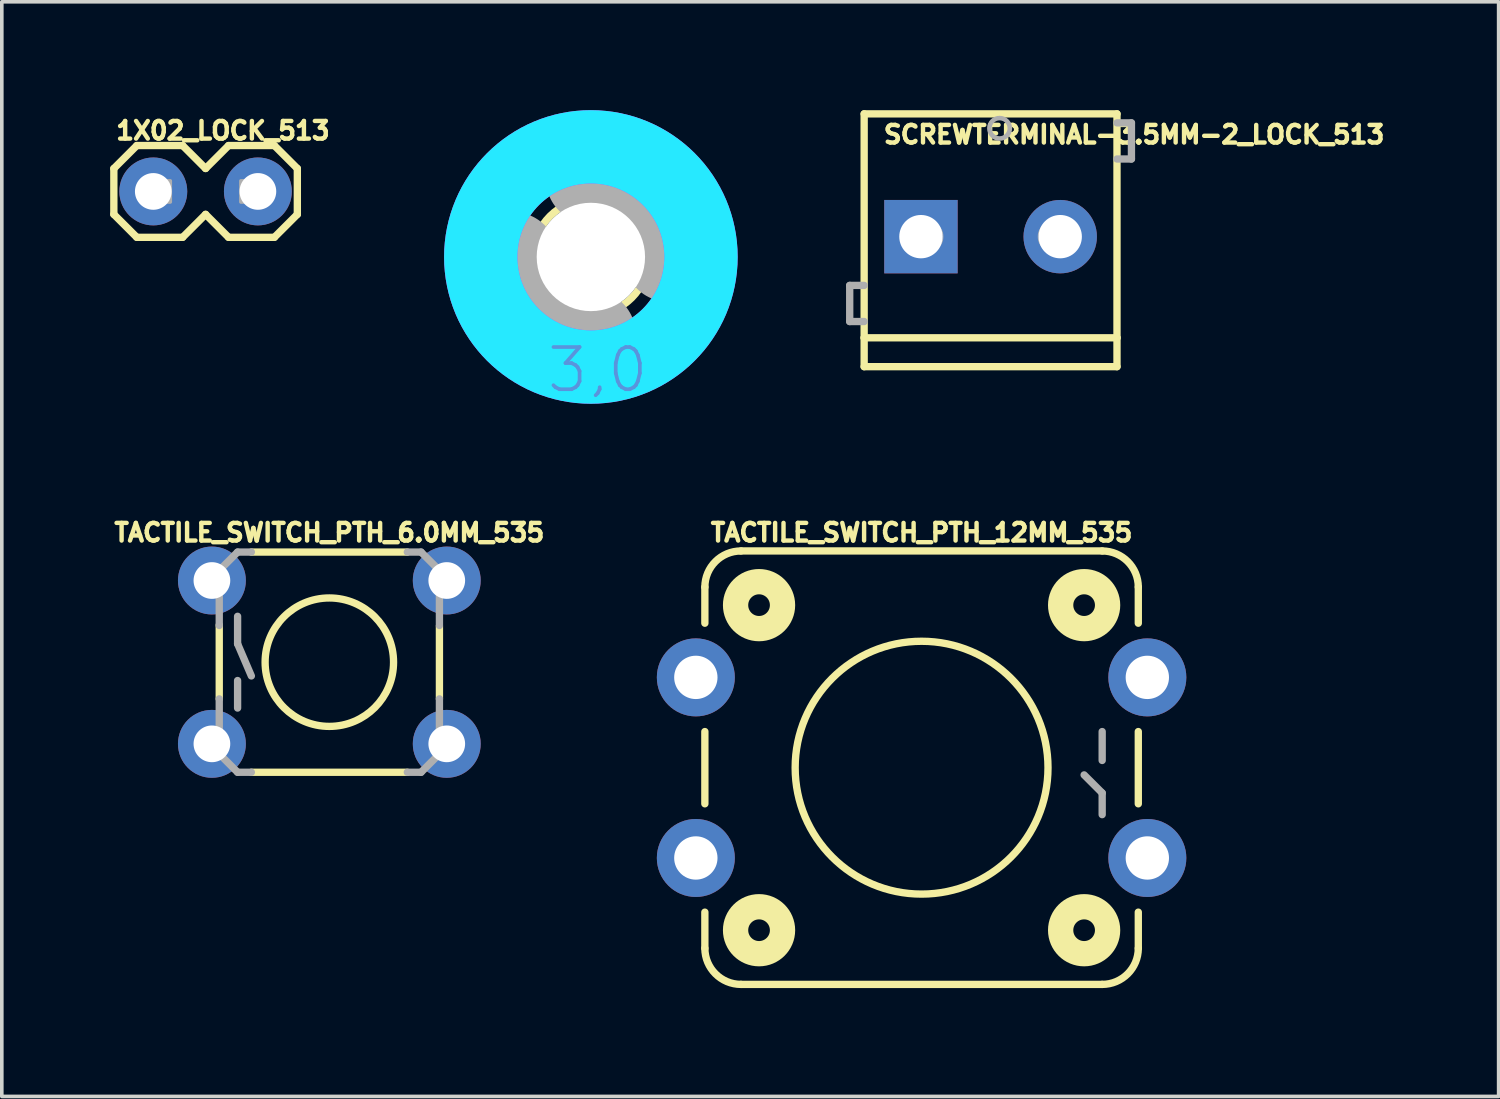
<source format=kicad_pcb>
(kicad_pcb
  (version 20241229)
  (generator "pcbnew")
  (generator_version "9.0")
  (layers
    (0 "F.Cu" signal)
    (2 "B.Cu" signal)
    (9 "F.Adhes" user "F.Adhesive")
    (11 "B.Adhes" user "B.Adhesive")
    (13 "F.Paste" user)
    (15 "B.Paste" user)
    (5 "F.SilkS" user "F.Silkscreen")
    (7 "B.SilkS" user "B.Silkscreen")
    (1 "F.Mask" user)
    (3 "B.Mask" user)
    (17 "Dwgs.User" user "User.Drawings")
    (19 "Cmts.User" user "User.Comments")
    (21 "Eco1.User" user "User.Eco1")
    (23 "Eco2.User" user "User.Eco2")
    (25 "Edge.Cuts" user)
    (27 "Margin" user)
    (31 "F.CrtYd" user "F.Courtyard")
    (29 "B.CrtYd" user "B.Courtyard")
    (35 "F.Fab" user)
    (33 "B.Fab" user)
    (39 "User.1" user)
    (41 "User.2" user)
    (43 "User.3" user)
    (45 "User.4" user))
  (footprint "TACTILE_SWITCH_PTH_12MM_535"
    (layer "F.Cu")
    (at 22.465 18.204)
    (property "Reference" "TACTILE_SWITCH_PTH_12MM_535" (at 0 -6.223 0) (unlocked yes) (layer "F.SilkS") (effects (font (size 0.488 0.488) (thickness 0.122)) (justify bottom)))
    (fp_line (start -6 -4) (end -6 -5) (stroke (width 0.203) (type solid)) (layer "F.SilkS"))
    (fp_line (start -6 1) (end -6 -1) (stroke (width 0.203) (type solid)) (layer "F.SilkS"))
    (fp_line (start -6 5) (end -6 4) (stroke (width 0.203) (type solid)) (layer "F.SilkS"))
    (fp_line (start -5 -6) (end 5 -6) (stroke (width 0.203) (type solid)) (layer "F.SilkS"))
    (fp_line (start 5 6) (end -5 6) (stroke (width 0.203) (type solid)) (layer "F.SilkS"))
    (fp_line (start 6 -5) (end 6 -4) (stroke (width 0.203) (type solid)) (layer "F.SilkS"))
    (fp_line (start 6 -1) (end 6 1) (stroke (width 0.203) (type solid)) (layer "F.SilkS"))
    (fp_line (start 6 4) (end 6 5) (stroke (width 0.203) (type solid)) (layer "F.SilkS"))
    (fp_arc (start -6 -5) (mid -5.707107 -5.707107) (end -5 -6) (stroke (width 0.2032) (type solid)) (layer "F.SilkS"))
    (fp_arc (start -5 6) (mid -5.707107 5.707107) (end -6 5) (stroke (width 0.2032) (type solid)) (layer "F.SilkS"))
    (fp_arc (start 5 -6) (mid 5.707107 -5.707107) (end 6 -5) (stroke (width 0.2032) (type solid)) (layer "F.SilkS"))
    (fp_arc (start 6 5) (mid 5.707107 5.707107) (end 5 6) (stroke (width 0.2032) (type solid)) (layer "F.SilkS"))
    (fp_circle (center -4.5 -4.5) (end -4.2 -4.5) (stroke (width 0.7) (type solid)) (fill no) (layer "F.SilkS"))
    (fp_circle (center -4.5 4.5) (end -4.2 4.5) (stroke (width 0.7) (type solid)) (fill no) (layer "F.SilkS"))
    (fp_circle (center 0 0) (end 3.5 0) (stroke (width 0.203) (type solid)) (fill no) (layer "F.SilkS"))
    (fp_circle (center 4.5 -4.5) (end 4.8 -4.5) (stroke (width 0.7) (type solid)) (fill no) (layer "F.SilkS"))
    (fp_circle (center 4.5 4.5) (end 4.8 4.5) (stroke (width 0.7) (type solid)) (fill no) (layer "F.SilkS"))
    (fp_line (start 5 -0.2) (end 5 -1) (stroke (width 0.203) (type solid)) (layer "F.Fab"))
    (fp_line (start 5 0.7) (end 4.5 0.2) (stroke (width 0.203) (type solid)) (layer "F.Fab"))
    (fp_line (start 5 1.3) (end 5 0.7) (stroke (width 0.203) (type solid)) (layer "F.Fab"))
    (pad "1" thru_hole circle (at 6.25 2.5) (size 2.159 2.159) (drill 1.2) (layers "*.Cu" "*.Mask"))
    (pad "2" thru_hole circle (at -6.25 2.5) (size 2.159 2.159) (drill 1.2) (layers "*.Cu" "*.Mask"))
    (pad "3" thru_hole circle (at 6.25 -2.5) (size 2.159 2.159) (drill 1.2) (layers "*.Cu" "*.Mask"))
    (pad "4" thru_hole circle (at -6.25 -2.5) (size 2.159 2.159) (drill 1.2) (layers "*.Cu" "*.Mask")))
  (footprint "3,0_237"
    (layer "F.Cu")
    (at 13.309 4.064)
    (property "Reference" "3,0_237" (at 0 0 0) (layer "F.SilkS") (effects (font (size 1.27 1.27) (thickness 0.15))))
    (fp_circle (center 0 0) (end 1.6 0) (stroke (width 0.203) (type solid)) (fill no) (layer "F.SilkS"))
    (fp_circle (center 0 0) (end 3.429 0) (stroke (width 0.152) (type solid)) (fill no) (layer "F.SilkS"))
    (fp_circle (center 0 0) (end 3.048 0) (stroke (width 2.032) (type solid)) (fill no) (layer "B.CrtYd"))
    (fp_circle (center 0 0) (end 3.048 0) (stroke (width 2.032) (type solid)) (fill no) (layer "F.CrtYd"))
    (fp_arc (start 0 -2.159) (mid 1.526644 -1.526644) (end 2.159 0) (stroke (width 2.4892) (type solid)) (layer "F.Fab"))
    (fp_arc (start 0 2.159) (mid -1.526644 1.526644) (end -2.159 0) (stroke (width 2.4892) (type solid)) (layer "F.Fab"))
    (fp_circle (center 0 0) (end 0.762 0) (stroke (width 0.457) (type solid)) (fill no) (layer "F.Fab"))
    (fp_text user "3,0" (at -1.27 3.81 0) (unlocked yes) (layer "Cmts.User") (effects (font (size 1.168 1.168) (thickness 0.102)) (justify left bottom)))
    (pad "" np_thru_hole circle (at 0 0) (size 3 3) (drill 3) (layers "*.Cu" "*.Mask"))
    (zone (net_name "") (layer "F.Cu") (hatch edge 0.5) (connect_pads) (min_thickness 0.25) (filled_areas_thickness no) (keepout (tracks not_allowed) (vias not_allowed) (pads not_allowed) (copperpour not_allowed) (footprints allowed)) (placement (enabled no)) (fill) (polygon (pts (xy 17.373 4.064) (xy 17.353 3.659) (xy 17.293 3.259) (xy 17.193 2.866) (xy 17.054 2.485) (xy 16.878 2.12) (xy 16.667 1.775) (xy 16.422 1.452) (xy 16.147 1.155) (xy 15.843 0.887) (xy 15.514 0.65) (xy 15.163 0.448) (xy 14.794 0.281) (xy 14.41 0.152) (xy 14.015 0.062) (xy 13.613 0.011) (xy 13.208 0.001) (xy 12.804 0.032) (xy 12.405 0.102) (xy 12.015 0.212) (xy 11.638 0.36) (xy 11.277 0.544) (xy 10.937 0.764) (xy 10.62 1.017) (xy 10.33 1.3) (xy 10.07 1.61) (xy 9.841 1.945) (xy 9.648 2.301) (xy 9.49 2.674) (xy 9.371 3.061) (xy 9.291 3.458) (xy 9.25 3.861) (xy 9.25 4.267) (xy 9.291 4.67) (xy 9.371 5.067) (xy 9.49 5.454) (xy 9.648 5.827) (xy 9.841 6.183) (xy 10.07 6.518) (xy 10.33 6.828) (xy 10.62 7.111) (xy 10.937 7.364) (xy 11.277 7.584) (xy 11.638 7.768) (xy 12.015 7.916) (xy 12.405 8.026) (xy 12.804 8.096) (xy 13.208 8.127) (xy 13.613 8.117) (xy 14.015 8.066) (xy 14.41 7.976) (xy 14.794 7.847) (xy 15.163 7.68) (xy 15.514 7.478) (xy 15.843 7.241) (xy 16.147 6.973) (xy 16.422 6.676) (xy 16.667 6.353) (xy 16.878 6.008) (xy 17.054 5.643) (xy 17.193 5.262) (xy 17.293 4.869) (xy 17.353 4.469))) (polygon (pts (xy 15.341 4.064) (xy 15.321 3.781) (xy 15.262 3.504) (xy 15.166 3.238) (xy 15.032 2.987) (xy 14.866 2.758) (xy 14.669 2.554) (xy 14.445 2.379) (xy 14.2 2.238) (xy 13.937 2.131) (xy 13.662 2.063) (xy 13.38 2.033) (xy 13.097 2.043) (xy 12.818 2.092) (xy 12.548 2.18) (xy 12.293 2.304) (xy 12.058 2.463) (xy 11.848 2.652) (xy 11.665 2.87) (xy 11.515 3.11) (xy 11.4 3.369) (xy 11.322 3.642) (xy 11.282 3.922) (xy 11.282 4.206) (xy 11.322 4.486) (xy 11.4 4.759) (xy 11.515 5.018) (xy 11.665 5.258) (xy 11.848 5.476) (xy 12.058 5.665) (xy 12.293 5.824) (xy 12.548 5.948) (xy 12.818 6.036) (xy 13.097 6.085) (xy 13.38 6.095) (xy 13.662 6.065) (xy 13.937 5.997) (xy 14.2 5.89) (xy 14.445 5.749) (xy 14.669 5.574) (xy 14.866 5.37) (xy 15.032 5.141) (xy 15.166 4.89) (xy 15.262 4.624) (xy 15.321 4.347))))
    (zone (net_name "") (layers "F.Cu" "B.Cu") (hatch edge 0.5) (connect_pads) (min_thickness 0.25) (filled_areas_thickness no) (keepout (tracks allowed) (vias not_allowed) (pads allowed) (copperpour allowed) (footprints allowed)) (placement (enabled no)) (fill) (polygon (pts (xy 17.373 4.064) (xy 17.353 3.659) (xy 17.293 3.259) (xy 17.193 2.866) (xy 17.054 2.485) (xy 16.878 2.12) (xy 16.667 1.775) (xy 16.422 1.452) (xy 16.147 1.155) (xy 15.843 0.887) (xy 15.514 0.65) (xy 15.163 0.448) (xy 14.794 0.281) (xy 14.41 0.152) (xy 14.015 0.062) (xy 13.613 0.011) (xy 13.208 0.001) (xy 12.804 0.032) (xy 12.405 0.102) (xy 12.015 0.212) (xy 11.638 0.36) (xy 11.277 0.544) (xy 10.937 0.764) (xy 10.62 1.017) (xy 10.33 1.3) (xy 10.07 1.61) (xy 9.841 1.945) (xy 9.648 2.301) (xy 9.49 2.674) (xy 9.371 3.061) (xy 9.291 3.458) (xy 9.25 3.861) (xy 9.25 4.267) (xy 9.291 4.67) (xy 9.371 5.067) (xy 9.49 5.454) (xy 9.648 5.827) (xy 9.841 6.183) (xy 10.07 6.518) (xy 10.33 6.828) (xy 10.62 7.111) (xy 10.937 7.364) (xy 11.277 7.584) (xy 11.638 7.768) (xy 12.015 7.916) (xy 12.405 8.026) (xy 12.804 8.096) (xy 13.208 8.127) (xy 13.613 8.117) (xy 14.015 8.066) (xy 14.41 7.976) (xy 14.794 7.847) (xy 15.163 7.68) (xy 15.514 7.478) (xy 15.843 7.241) (xy 16.147 6.973) (xy 16.422 6.676) (xy 16.667 6.353) (xy 16.878 6.008) (xy 17.054 5.643) (xy 17.193 5.262) (xy 17.293 4.869) (xy 17.353 4.469))) (polygon (pts (xy 15.341 4.064) (xy 15.321 3.781) (xy 15.262 3.504) (xy 15.166 3.238) (xy 15.032 2.987) (xy 14.866 2.758) (xy 14.669 2.554) (xy 14.445 2.379) (xy 14.2 2.238) (xy 13.937 2.131) (xy 13.662 2.063) (xy 13.38 2.033) (xy 13.097 2.043) (xy 12.818 2.092) (xy 12.548 2.18) (xy 12.293 2.304) (xy 12.058 2.463) (xy 11.848 2.652) (xy 11.665 2.87) (xy 11.515 3.11) (xy 11.4 3.369) (xy 11.322 3.642) (xy 11.282 3.922) (xy 11.282 4.206) (xy 11.322 4.486) (xy 11.4 4.759) (xy 11.515 5.018) (xy 11.665 5.258) (xy 11.848 5.476) (xy 12.058 5.665) (xy 12.293 5.824) (xy 12.548 5.948) (xy 12.818 6.036) (xy 13.097 6.085) (xy 13.38 6.095) (xy 13.662 6.065) (xy 13.937 5.997) (xy 14.2 5.89) (xy 14.445 5.749) (xy 14.669 5.574) (xy 14.866 5.37) (xy 15.032 5.141) (xy 15.166 4.89) (xy 15.262 4.624) (xy 15.321 4.347))))
    (zone (net_name "") (layer "B.Cu") (hatch edge 0.5) (connect_pads) (min_thickness 0.25) (filled_areas_thickness no) (keepout (tracks not_allowed) (vias not_allowed) (pads not_allowed) (copperpour not_allowed) (footprints allowed)) (placement (enabled no)) (fill) (polygon (pts (xy 17.373 4.064) (xy 17.353 3.659) (xy 17.293 3.259) (xy 17.193 2.866) (xy 17.054 2.485) (xy 16.878 2.12) (xy 16.667 1.775) (xy 16.422 1.452) (xy 16.147 1.155) (xy 15.843 0.887) (xy 15.514 0.65) (xy 15.163 0.448) (xy 14.794 0.281) (xy 14.41 0.152) (xy 14.015 0.062) (xy 13.613 0.011) (xy 13.208 0.001) (xy 12.804 0.032) (xy 12.405 0.102) (xy 12.015 0.212) (xy 11.638 0.36) (xy 11.277 0.544) (xy 10.937 0.764) (xy 10.62 1.017) (xy 10.33 1.3) (xy 10.07 1.61) (xy 9.841 1.945) (xy 9.648 2.301) (xy 9.49 2.674) (xy 9.371 3.061) (xy 9.291 3.458) (xy 9.25 3.861) (xy 9.25 4.267) (xy 9.291 4.67) (xy 9.371 5.067) (xy 9.49 5.454) (xy 9.648 5.827) (xy 9.841 6.183) (xy 10.07 6.518) (xy 10.33 6.828) (xy 10.62 7.111) (xy 10.937 7.364) (xy 11.277 7.584) (xy 11.638 7.768) (xy 12.015 7.916) (xy 12.405 8.026) (xy 12.804 8.096) (xy 13.208 8.127) (xy 13.613 8.117) (xy 14.015 8.066) (xy 14.41 7.976) (xy 14.794 7.847) (xy 15.163 7.68) (xy 15.514 7.478) (xy 15.843 7.241) (xy 16.147 6.973) (xy 16.422 6.676) (xy 16.667 6.353) (xy 16.878 6.008) (xy 17.054 5.643) (xy 17.193 5.262) (xy 17.293 4.869) (xy 17.353 4.469))) (polygon (pts (xy 15.341 4.064) (xy 15.321 3.781) (xy 15.262 3.504) (xy 15.166 3.238) (xy 15.032 2.987) (xy 14.866 2.758) (xy 14.669 2.554) (xy 14.445 2.379) (xy 14.2 2.238) (xy 13.937 2.131) (xy 13.662 2.063) (xy 13.38 2.033) (xy 13.097 2.043) (xy 12.818 2.092) (xy 12.548 2.18) (xy 12.293 2.304) (xy 12.058 2.463) (xy 11.848 2.652) (xy 11.665 2.87) (xy 11.515 3.11) (xy 11.4 3.369) (xy 11.322 3.642) (xy 11.282 3.922) (xy 11.282 4.206) (xy 11.322 4.486) (xy 11.4 4.759) (xy 11.515 5.018) (xy 11.665 5.258) (xy 11.848 5.476) (xy 12.058 5.665) (xy 12.293 5.824) (xy 12.548 5.948) (xy 12.818 6.036) (xy 13.097 6.085) (xy 13.38 6.095) (xy 13.662 6.065) (xy 13.937 5.997) (xy 14.2 5.89) (xy 14.445 5.749) (xy 14.669 5.574) (xy 14.866 5.37) (xy 15.032 5.141) (xy 15.166 4.89) (xy 15.262 4.624) (xy 15.321 4.347)))))
  (footprint "1X02_LOCK_513"
    (layer "F.Cu")
    (at 1.372 2.25)
    (property "Reference" "1X02_LOCK_513" (at -1.27 -1.397 0) (unlocked yes) (layer "F.SilkS") (effects (font (size 0.488 0.488) (thickness 0.122)) (justify left bottom)))
    (fp_line (start -1.27 -0.635) (end -1.27 0.635) (stroke (width 0.203) (type solid)) (layer "F.SilkS"))
    (fp_line (start -1.27 0.635) (end -0.635 1.27) (stroke (width 0.203) (type solid)) (layer "F.SilkS"))
    (fp_line (start -0.635 -1.27) (end -1.27 -0.635) (stroke (width 0.203) (type solid)) (layer "F.SilkS"))
    (fp_line (start -0.635 -1.27) (end 0.635 -1.27) (stroke (width 0.203) (type solid)) (layer "F.SilkS"))
    (fp_line (start 0.635 -1.27) (end 1.27 -0.635) (stroke (width 0.203) (type solid)) (layer "F.SilkS"))
    (fp_line (start 0.635 1.27) (end -0.635 1.27) (stroke (width 0.203) (type solid)) (layer "F.SilkS"))
    (fp_line (start 1.27 -0.635) (end 1.905 -1.27) (stroke (width 0.203) (type solid)) (layer "F.SilkS"))
    (fp_line (start 1.27 0.635) (end 0.635 1.27) (stroke (width 0.203) (type solid)) (layer "F.SilkS"))
    (fp_line (start 1.905 -1.27) (end 3.175 -1.27) (stroke (width 0.203) (type solid)) (layer "F.SilkS"))
    (fp_line (start 1.905 1.27) (end 1.27 0.635) (stroke (width 0.203) (type solid)) (layer "F.SilkS"))
    (fp_line (start 3.175 -1.27) (end 3.81 -0.635) (stroke (width 0.203) (type solid)) (layer "F.SilkS"))
    (fp_line (start 3.175 1.27) (end 1.905 1.27) (stroke (width 0.203) (type solid)) (layer "F.SilkS"))
    (fp_line (start 3.81 -0.635) (end 3.81 0.635) (stroke (width 0.203) (type solid)) (layer "F.SilkS"))
    (fp_line (start 3.81 0.635) (end 3.175 1.27) (stroke (width 0.203) (type solid)) (layer "F.SilkS"))
    (fp_poly (pts (xy -0.292 0.292) (xy 0.292 0.292) (xy 0.292 -0.292) (xy -0.292 -0.292)) (stroke (width 0.1) (type default)) (fill no) (layer "F.Fab"))
    (fp_poly (pts (xy 2.248 0.292) (xy 2.832 0.292) (xy 2.832 -0.292) (xy 2.248 -0.292)) (stroke (width 0.1) (type default)) (fill no) (layer "F.Fab"))
    (pad "1" thru_hole circle (at -0.178 0 90) (size 1.88 1.88) (drill 1.016) (layers "*.Cu" "*.Mask"))
    (pad "2" thru_hole circle (at 2.718 0 90) (size 1.88 1.88) (drill 1.016) (layers "*.Cu" "*.Mask")))
  (footprint "TACTILE_SWITCH_PTH_6.0MM_535"
    (layer "F.Cu")
    (at 6.068 15.283)
    (property "Reference" "TACTILE_SWITCH_PTH_6.0MM_535" (at 0 -3.302 0) (unlocked yes) (layer "F.SilkS") (effects (font (size 0.488 0.488) (thickness 0.122)) (justify bottom)))
    (fp_line (start -3.048 -1.028) (end -3.048 1.016) (stroke (width 0.203) (type solid)) (layer "F.SilkS"))
    (fp_line (start -2.159 3.048) (end 2.159 3.048) (stroke (width 0.203) (type solid)) (layer "F.SilkS"))
    (fp_line (start 2.159 -3.048) (end -2.159 -3.048) (stroke (width 0.203) (type solid)) (layer "F.SilkS"))
    (fp_line (start 3.048 -0.998) (end 3.048 1.016) (stroke (width 0.203) (type solid)) (layer "F.SilkS"))
    (fp_circle (center 0 0) (end 1.778 0) (stroke (width 0.203) (type solid)) (fill no) (layer "F.SilkS"))
    (fp_line (start -3.048 -2.54) (end -3.048 -1.016) (stroke (width 0.203) (type solid)) (layer "F.Fab"))
    (fp_line (start -3.048 2.54) (end -3.048 1.016) (stroke (width 0.203) (type solid)) (layer "F.Fab"))
    (fp_line (start -2.54 -3.048) (end -3.048 -2.54) (stroke (width 0.203) (type solid)) (layer "F.Fab"))
    (fp_line (start -2.54 -3.048) (end -2.159 -3.048) (stroke (width 0.203) (type solid)) (layer "F.Fab"))
    (fp_line (start -2.54 -1.27) (end -2.54 -0.508) (stroke (width 0.203) (type solid)) (layer "F.Fab"))
    (fp_line (start -2.54 -0.508) (end -2.159 0.381) (stroke (width 0.203) (type solid)) (layer "F.Fab"))
    (fp_line (start -2.54 0.508) (end -2.54 1.27) (stroke (width 0.203) (type solid)) (layer "F.Fab"))
    (fp_line (start -2.54 3.048) (end -3.048 2.54) (stroke (width 0.203) (type solid)) (layer "F.Fab"))
    (fp_line (start -2.54 3.048) (end -2.159 3.048) (stroke (width 0.203) (type solid)) (layer "F.Fab"))
    (fp_line (start 2.54 -3.048) (end 2.159 -3.048) (stroke (width 0.203) (type solid)) (layer "F.Fab"))
    (fp_line (start 2.54 3.048) (end 2.159 3.048) (stroke (width 0.203) (type solid)) (layer "F.Fab"))
    (fp_line (start 2.54 3.048) (end 3.048 2.54) (stroke (width 0.203) (type solid)) (layer "F.Fab"))
    (fp_line (start 3.048 -2.54) (end 2.54 -3.048) (stroke (width 0.203) (type solid)) (layer "F.Fab"))
    (fp_line (start 3.048 -1.016) (end 3.048 -2.54) (stroke (width 0.203) (type solid)) (layer "F.Fab"))
    (fp_line (start 3.048 2.54) (end 3.048 1.016) (stroke (width 0.203) (type solid)) (layer "F.Fab"))
    (pad "1" thru_hole circle (at -3.251 -2.261) (size 1.88 1.88) (drill 1.016) (layers "*.Cu" "*.Mask"))
    (pad "2" thru_hole circle (at 3.251 -2.261) (size 1.88 1.88) (drill 1.016) (layers "*.Cu" "*.Mask"))
    (pad "3" thru_hole circle (at -3.251 2.261) (size 1.88 1.88) (drill 1.016) (layers "*.Cu" "*.Mask"))
    (pad "4" thru_hole circle (at 3.251 2.261) (size 1.88 1.88) (drill 1.016) (layers "*.Cu" "*.Mask")))
  (footprint "SCREWTERMINAL-3.5MM-2_LOCK_513"
    (layer "F.Cu")
    (at 22.625 3.502)
    (property "Reference" "SCREWTERMINAL-3.5MM-2_LOCK_513" (at -1.27 -2.54 0) (unlocked yes) (layer "F.SilkS") (effects (font (size 0.488 0.488) (thickness 0.122)) (justify left bottom)))
    (fp_line (start -1.75 -3.4) (end 5.25 -3.4) (stroke (width 0.203) (type solid)) (layer "F.SilkS"))
    (fp_line (start -1.75 2.8) (end -1.75 -3.4) (stroke (width 0.203) (type solid)) (layer "F.SilkS"))
    (fp_line (start -1.75 3.6) (end -1.75 2.8) (stroke (width 0.203) (type solid)) (layer "F.SilkS"))
    (fp_line (start 5.25 -3.4) (end 5.25 2.8) (stroke (width 0.203) (type solid)) (layer "F.SilkS"))
    (fp_line (start 5.25 2.8) (end -1.75 2.8) (stroke (width 0.203) (type solid)) (layer "F.SilkS"))
    (fp_line (start 5.25 2.8) (end 5.25 3.6) (stroke (width 0.203) (type solid)) (layer "F.SilkS"))
    (fp_line (start 5.25 3.6) (end -1.75 3.6) (stroke (width 0.203) (type solid)) (layer "F.SilkS"))
    (fp_line (start -2.15 1.35) (end -2.15 2.35) (stroke (width 0.203) (type solid)) (layer "F.Fab"))
    (fp_line (start -2.15 2.35) (end -1.75 2.35) (stroke (width 0.203) (type solid)) (layer "F.Fab"))
    (fp_line (start -1.75 1.35) (end -2.15 1.35) (stroke (width 0.203) (type solid)) (layer "F.Fab"))
    (fp_line (start 5.25 -3.15) (end 5.65 -3.15) (stroke (width 0.203) (type solid)) (layer "F.Fab"))
    (fp_line (start 5.65 -3.15) (end 5.65 -2.15) (stroke (width 0.203) (type solid)) (layer "F.Fab"))
    (fp_line (start 5.65 -2.15) (end 5.25 -2.15) (stroke (width 0.203) (type solid)) (layer "F.Fab"))
    (fp_circle (center 0 0) (end 0.432 0) (stroke (width 0.025) (type solid)) (fill no) (layer "F.Fab"))
    (fp_circle (center 2 -3) (end 2.283 -3) (stroke (width 0.127) (type solid)) (fill no) (layer "F.Fab"))
    (fp_circle (center 3.5 0) (end 3.932 0) (stroke (width 0.025) (type solid)) (fill no) (layer "F.Fab"))
    (pad "1" thru_hole rect (at -0.178 0) (size 2.032 2.032) (drill 1.2) (layers "*.Cu" "*.Mask"))
    (pad "2" thru_hole circle (at 3.678 0) (size 2.032 2.032) (drill 1.2) (layers "*.Cu" "*.Mask")))
  (gr_rect
    (start -3 -3)
    (end 38.441 27.306)
    (stroke (width 0.1) (type default))
    (fill no)
    (layer "Edge.Cuts")))
</source>
